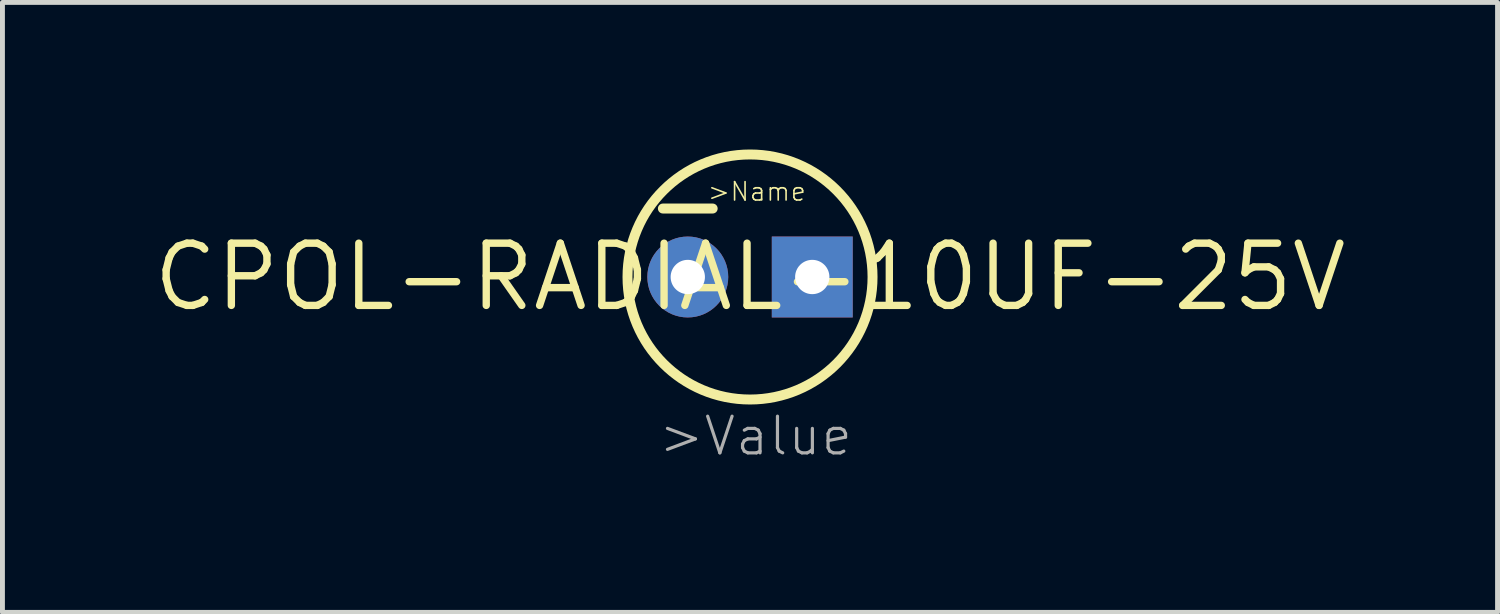
<source format=kicad_pcb>
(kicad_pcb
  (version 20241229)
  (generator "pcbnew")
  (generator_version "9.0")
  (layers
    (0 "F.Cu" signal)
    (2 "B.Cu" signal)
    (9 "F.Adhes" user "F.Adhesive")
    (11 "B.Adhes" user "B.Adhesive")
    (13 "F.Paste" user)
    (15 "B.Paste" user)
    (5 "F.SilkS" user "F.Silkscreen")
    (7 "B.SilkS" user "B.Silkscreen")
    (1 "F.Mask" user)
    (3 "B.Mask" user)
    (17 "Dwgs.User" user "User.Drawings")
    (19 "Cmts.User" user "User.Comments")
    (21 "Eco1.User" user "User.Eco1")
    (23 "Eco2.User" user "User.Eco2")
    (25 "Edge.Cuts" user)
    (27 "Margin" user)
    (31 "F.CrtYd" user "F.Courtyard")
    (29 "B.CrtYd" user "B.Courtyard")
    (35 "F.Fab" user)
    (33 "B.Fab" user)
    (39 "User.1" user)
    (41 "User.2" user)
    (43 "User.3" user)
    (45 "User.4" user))
  (footprint "CPOL-RADIAL-10UF-25V"
    (layer "F.Cu")
    (at 12.254 2.602)
    (property "Reference" "CPOL-RADIAL-10UF-25V" (at 0 0 0) (layer "F.SilkS") (effects (font (size 1.27 1.27) (thickness 0.15))))
    (fp_line (start -0.762 -1.397) (end -1.778 -1.397) (stroke (width 0.203) (type solid)) (layer "F.SilkS"))
    (fp_circle (center 0 0) (end 2.5 0) (stroke (width 0.203) (type solid)) (fill no) (layer "F.SilkS"))
    (fp_text user ">Name" (at -0.889 -1.524 0) (layer "F.SilkS") (effects (font (size 0.374 0.374) (thickness 0.033)) (justify left bottom)))
    (fp_text user ">Value" (at -1.905 3.683 0) (layer "F.Fab") (effects (font (size 0.748 0.748) (thickness 0.065)) (justify left bottom)))
    (pad "1" thru_hole rect (at 1.27 0) (size 1.651 1.651) (drill 0.7) (layers "*.Cu" "*.Mask"))
    (pad "2" thru_hole circle (at -1.27 0) (size 1.651 1.651) (drill 0.7) (layers "*.Cu" "*.Mask")))
  (gr_rect
    (start -3 -3)
    (end 27.507 9.445)
    (stroke (width 0.1) (type default))
    (fill no)
    (layer "Edge.Cuts")))
</source>
